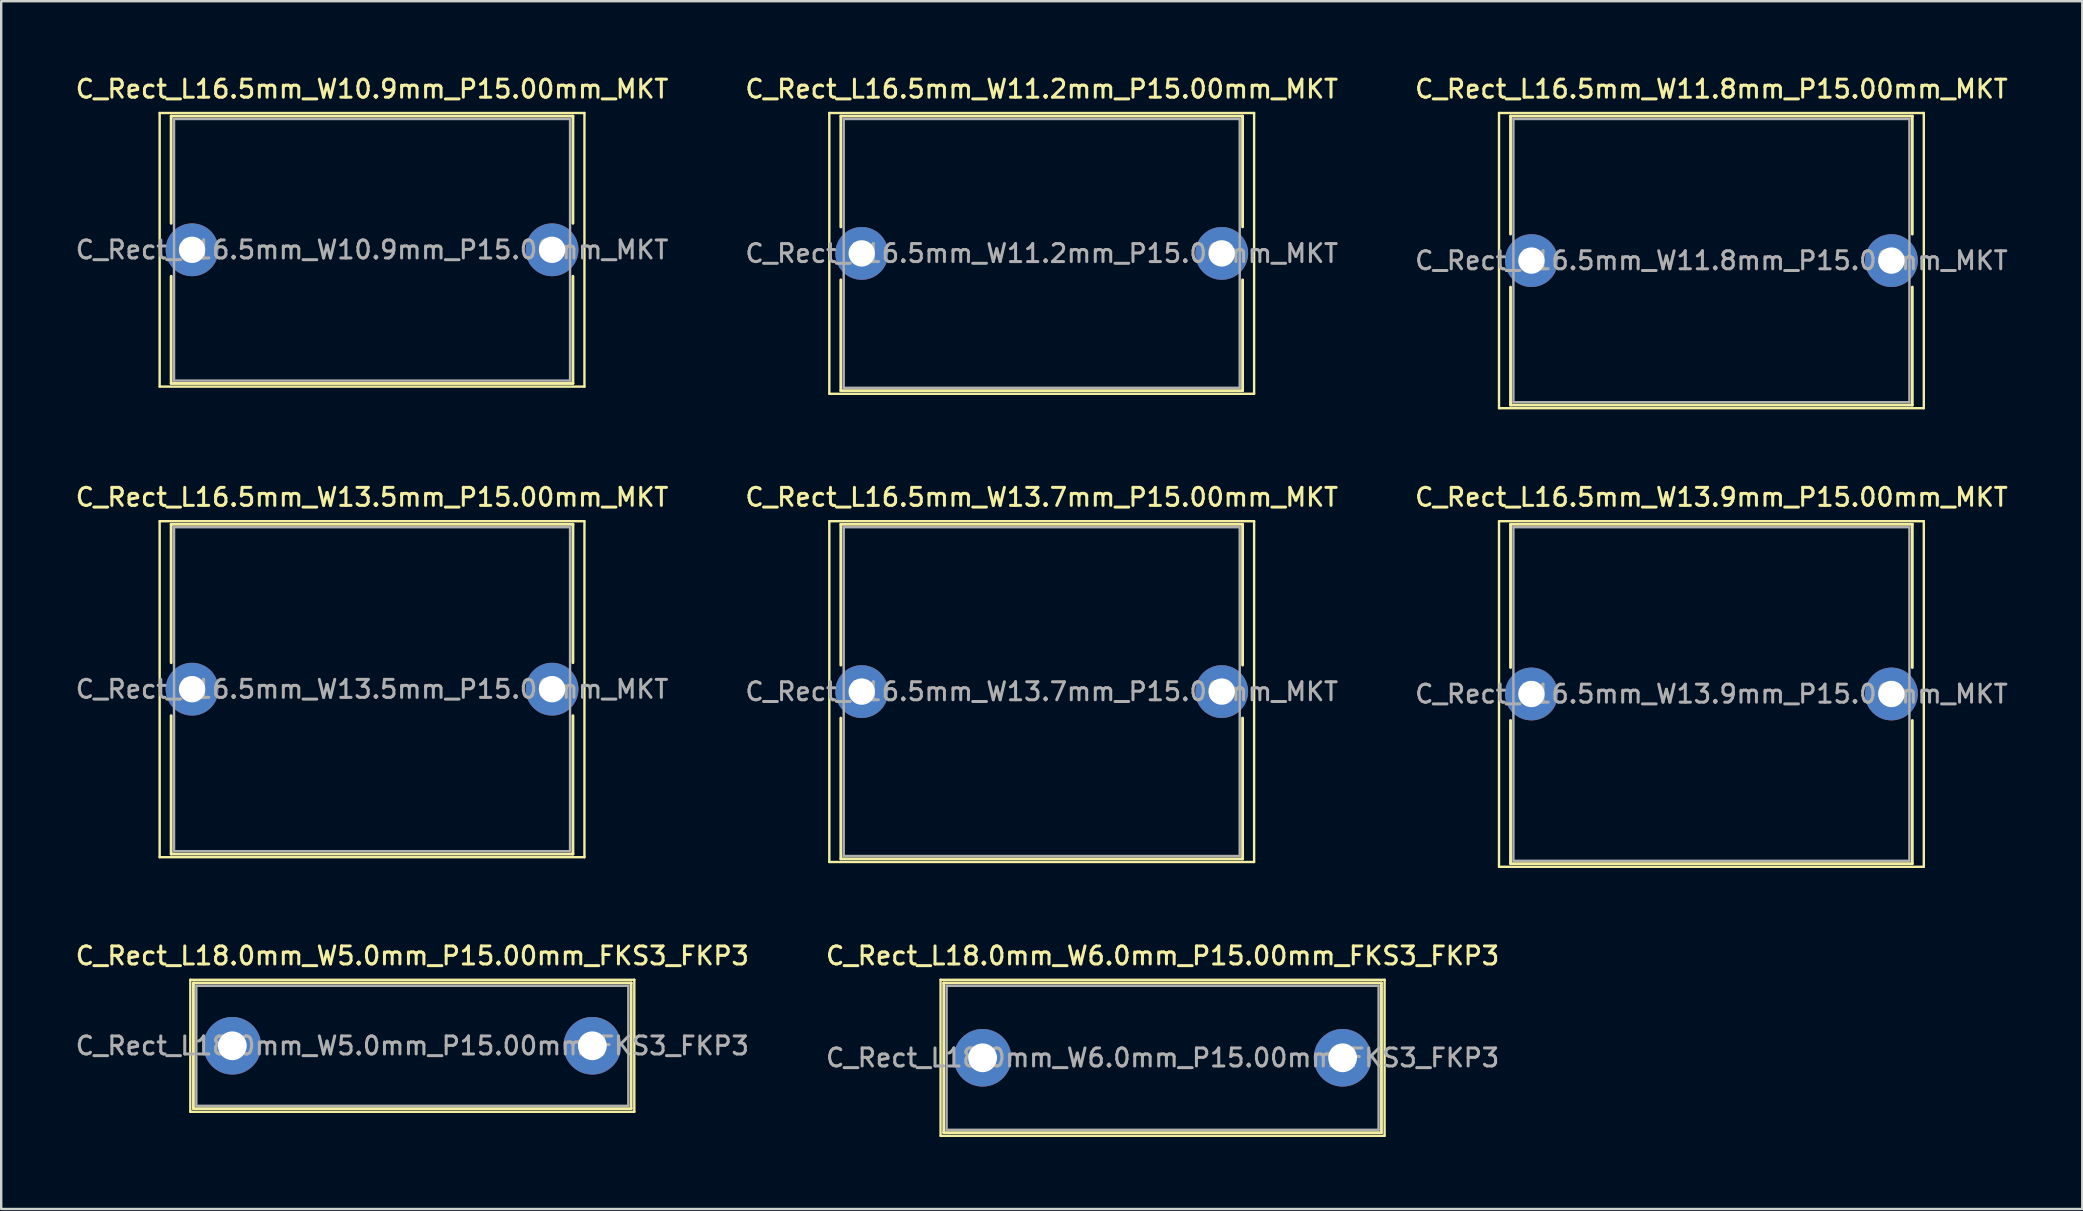
<source format=kicad_pcb>
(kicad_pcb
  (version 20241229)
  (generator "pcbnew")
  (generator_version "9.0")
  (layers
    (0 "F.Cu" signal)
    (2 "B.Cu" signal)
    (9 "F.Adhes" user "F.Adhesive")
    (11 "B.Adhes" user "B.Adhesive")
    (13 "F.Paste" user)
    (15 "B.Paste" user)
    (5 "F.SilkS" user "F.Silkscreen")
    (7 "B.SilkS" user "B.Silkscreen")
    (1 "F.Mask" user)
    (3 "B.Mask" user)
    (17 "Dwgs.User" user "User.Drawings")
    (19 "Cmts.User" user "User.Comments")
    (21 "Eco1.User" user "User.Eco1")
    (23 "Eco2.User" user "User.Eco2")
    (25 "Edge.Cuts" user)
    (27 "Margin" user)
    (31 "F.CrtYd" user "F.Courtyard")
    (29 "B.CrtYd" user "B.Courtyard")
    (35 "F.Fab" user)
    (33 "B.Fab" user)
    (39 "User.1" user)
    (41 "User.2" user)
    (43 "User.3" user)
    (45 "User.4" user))
  (footprint "C_Rect_L18.0mm_W6.0mm_P15.00mm_FKS3_FKP3"
    (layer "F.Cu")
    (at 37.891 41.024)
    (property "Reference" "C_Rect_L18.0mm_W6.0mm_P15.00mm_FKS3_FKP3" (at 7.5 -4.25 0) (layer "F.SilkS") (effects (font (size 0.75 0.75) (thickness 0.125))))
    (attr through_hole)
    (fp_line (start -1.75 -3.25) (end -1.75 3.25) (stroke (width 0.1) (type solid)) (layer "F.SilkS"))
    (fp_line (start -1.75 3.25) (end 16.75 3.25) (stroke (width 0.1) (type solid)) (layer "F.SilkS"))
    (fp_line (start -1.62 -3.12) (end -1.62 3.12) (stroke (width 0.12) (type solid)) (layer "F.SilkS"))
    (fp_line (start -1.62 -3.12) (end 16.62 -3.12) (stroke (width 0.12) (type solid)) (layer "F.SilkS"))
    (fp_line (start -1.62 3.12) (end 16.62 3.12) (stroke (width 0.12) (type solid)) (layer "F.SilkS"))
    (fp_line (start 16.62 -3.12) (end 16.62 3.12) (stroke (width 0.12) (type solid)) (layer "F.SilkS"))
    (fp_line (start 16.75 -3.25) (end -1.75 -3.25) (stroke (width 0.1) (type solid)) (layer "F.SilkS"))
    (fp_line (start 16.75 3.25) (end 16.75 -3.25) (stroke (width 0.1) (type solid)) (layer "F.SilkS"))
    (fp_line (start -1.5 -3) (end -1.5 3) (stroke (width 0.1) (type solid)) (layer "F.Fab"))
    (fp_line (start -1.5 3) (end 16.5 3) (stroke (width 0.1) (type solid)) (layer "F.Fab"))
    (fp_line (start 16.5 -3) (end -1.5 -3) (stroke (width 0.1) (type solid)) (layer "F.Fab"))
    (fp_line (start 16.5 3) (end 16.5 -3) (stroke (width 0.1) (type solid)) (layer "F.Fab"))
    (fp_text user "${REFERENCE}" (at 7.5 0 0) (layer "F.Fab") (effects (font (size 0.75 0.75) (thickness 0.125))))
    (pad "1" thru_hole circle (at 0 0) (size 2.4 2.4) (drill 1.2) (layers "*.Cu" "*.Mask"))
    (pad "2" thru_hole circle (at 15 0) (size 2.4 2.4) (drill 1.2) (layers "*.Cu" "*.Mask")))
  (footprint "C_Rect_L16.5mm_W10.9mm_P15.00mm_MKT"
    (layer "F.Cu")
    (at 4.952 7.358)
    (property "Reference" "C_Rect_L16.5mm_W10.9mm_P15.00mm_MKT" (at 7.5 -6.7 0) (layer "F.SilkS") (effects (font (size 0.75 0.75) (thickness 0.125))))
    (attr through_hole)
    (fp_line (start -1.35 -5.7) (end -1.35 5.7) (stroke (width 0.1) (type solid)) (layer "F.SilkS"))
    (fp_line (start -1.35 5.7) (end 16.35 5.7) (stroke (width 0.1) (type solid)) (layer "F.SilkS"))
    (fp_line (start -0.87 -5.57) (end -0.87 -1.104) (stroke (width 0.12) (type solid)) (layer "F.SilkS"))
    (fp_line (start -0.87 -5.57) (end 15.87 -5.57) (stroke (width 0.12) (type solid)) (layer "F.SilkS"))
    (fp_line (start -0.87 1.104) (end -0.87 5.57) (stroke (width 0.12) (type solid)) (layer "F.SilkS"))
    (fp_line (start -0.87 5.57) (end 15.87 5.57) (stroke (width 0.12) (type solid)) (layer "F.SilkS"))
    (fp_line (start 15.87 -5.57) (end 15.87 -1.104) (stroke (width 0.12) (type solid)) (layer "F.SilkS"))
    (fp_line (start 15.87 1.104) (end 15.87 5.57) (stroke (width 0.12) (type solid)) (layer "F.SilkS"))
    (fp_line (start 16.35 -5.7) (end -1.35 -5.7) (stroke (width 0.1) (type solid)) (layer "F.SilkS"))
    (fp_line (start 16.35 5.7) (end 16.35 -5.7) (stroke (width 0.1) (type solid)) (layer "F.SilkS"))
    (fp_line (start -0.75 -5.45) (end -0.75 5.45) (stroke (width 0.1) (type solid)) (layer "F.Fab"))
    (fp_line (start -0.75 5.45) (end 15.75 5.45) (stroke (width 0.1) (type solid)) (layer "F.Fab"))
    (fp_line (start 15.75 -5.45) (end -0.75 -5.45) (stroke (width 0.1) (type solid)) (layer "F.Fab"))
    (fp_line (start 15.75 5.45) (end 15.75 -5.45) (stroke (width 0.1) (type solid)) (layer "F.Fab"))
    (fp_text user "${REFERENCE}" (at 7.5 0 0) (layer "F.Fab") (effects (font (size 0.75 0.75) (thickness 0.125))))
    (pad "1" thru_hole circle (at 0 0) (size 2.2 2.2) (drill 1.1) (layers "*.Cu" "*.Mask"))
    (pad "2" thru_hole circle (at 15 0) (size 2.2 2.2) (drill 1.1) (layers "*.Cu" "*.Mask")))
  (footprint "C_Rect_L16.5mm_W13.7mm_P15.00mm_MKT"
    (layer "F.Cu")
    (at 32.855 25.766)
    (property "Reference" "C_Rect_L16.5mm_W13.7mm_P15.00mm_MKT" (at 7.5 -8.1 0) (layer "F.SilkS") (effects (font (size 0.75 0.75) (thickness 0.125))))
    (attr through_hole)
    (fp_line (start -1.35 -7.1) (end -1.35 7.1) (stroke (width 0.1) (type solid)) (layer "F.SilkS"))
    (fp_line (start -1.35 7.1) (end 16.35 7.1) (stroke (width 0.1) (type solid)) (layer "F.SilkS"))
    (fp_line (start -0.87 -6.97) (end -0.87 -1.104) (stroke (width 0.12) (type solid)) (layer "F.SilkS"))
    (fp_line (start -0.87 -6.97) (end 15.87 -6.97) (stroke (width 0.12) (type solid)) (layer "F.SilkS"))
    (fp_line (start -0.87 1.104) (end -0.87 6.97) (stroke (width 0.12) (type solid)) (layer "F.SilkS"))
    (fp_line (start -0.87 6.97) (end 15.87 6.97) (stroke (width 0.12) (type solid)) (layer "F.SilkS"))
    (fp_line (start 15.87 -6.97) (end 15.87 -1.104) (stroke (width 0.12) (type solid)) (layer "F.SilkS"))
    (fp_line (start 15.87 1.104) (end 15.87 6.97) (stroke (width 0.12) (type solid)) (layer "F.SilkS"))
    (fp_line (start 16.35 -7.1) (end -1.35 -7.1) (stroke (width 0.1) (type solid)) (layer "F.SilkS"))
    (fp_line (start 16.35 7.1) (end 16.35 -7.1) (stroke (width 0.1) (type solid)) (layer "F.SilkS"))
    (fp_line (start -0.75 -6.85) (end -0.75 6.85) (stroke (width 0.1) (type solid)) (layer "F.Fab"))
    (fp_line (start -0.75 6.85) (end 15.75 6.85) (stroke (width 0.1) (type solid)) (layer "F.Fab"))
    (fp_line (start 15.75 -6.85) (end -0.75 -6.85) (stroke (width 0.1) (type solid)) (layer "F.Fab"))
    (fp_line (start 15.75 6.85) (end 15.75 -6.85) (stroke (width 0.1) (type solid)) (layer "F.Fab"))
    (fp_text user "${REFERENCE}" (at 7.5 0 0) (layer "F.Fab") (effects (font (size 0.75 0.75) (thickness 0.125))))
    (pad "1" thru_hole circle (at 0 0) (size 2.2 2.2) (drill 1.1) (layers "*.Cu" "*.Mask"))
    (pad "2" thru_hole circle (at 15 0) (size 2.2 2.2) (drill 1.1) (layers "*.Cu" "*.Mask")))
  (footprint "C_Rect_L16.5mm_W11.8mm_P15.00mm_MKT"
    (layer "F.Cu")
    (at 60.759 7.808)
    (property "Reference" "C_Rect_L16.5mm_W11.8mm_P15.00mm_MKT" (at 7.5 -7.15 0) (layer "F.SilkS") (effects (font (size 0.75 0.75) (thickness 0.125))))
    (attr through_hole)
    (fp_line (start -1.35 -6.15) (end -1.35 6.15) (stroke (width 0.1) (type solid)) (layer "F.SilkS"))
    (fp_line (start -1.35 6.15) (end 16.35 6.15) (stroke (width 0.1) (type solid)) (layer "F.SilkS"))
    (fp_line (start -0.87 -6.02) (end -0.87 -1.104) (stroke (width 0.12) (type solid)) (layer "F.SilkS"))
    (fp_line (start -0.87 -6.02) (end 15.87 -6.02) (stroke (width 0.12) (type solid)) (layer "F.SilkS"))
    (fp_line (start -0.87 1.104) (end -0.87 6.02) (stroke (width 0.12) (type solid)) (layer "F.SilkS"))
    (fp_line (start -0.87 6.02) (end 15.87 6.02) (stroke (width 0.12) (type solid)) (layer "F.SilkS"))
    (fp_line (start 15.87 -6.02) (end 15.87 -1.104) (stroke (width 0.12) (type solid)) (layer "F.SilkS"))
    (fp_line (start 15.87 1.104) (end 15.87 6.02) (stroke (width 0.12) (type solid)) (layer "F.SilkS"))
    (fp_line (start 16.35 -6.15) (end -1.35 -6.15) (stroke (width 0.1) (type solid)) (layer "F.SilkS"))
    (fp_line (start 16.35 6.15) (end 16.35 -6.15) (stroke (width 0.1) (type solid)) (layer "F.SilkS"))
    (fp_line (start -0.75 -5.9) (end -0.75 5.9) (stroke (width 0.1) (type solid)) (layer "F.Fab"))
    (fp_line (start -0.75 5.9) (end 15.75 5.9) (stroke (width 0.1) (type solid)) (layer "F.Fab"))
    (fp_line (start 15.75 -5.9) (end -0.75 -5.9) (stroke (width 0.1) (type solid)) (layer "F.Fab"))
    (fp_line (start 15.75 5.9) (end 15.75 -5.9) (stroke (width 0.1) (type solid)) (layer "F.Fab"))
    (fp_text user "${REFERENCE}" (at 7.5 0 0) (layer "F.Fab") (effects (font (size 0.75 0.75) (thickness 0.125))))
    (pad "1" thru_hole circle (at 0 0) (size 2.2 2.2) (drill 1.1) (layers "*.Cu" "*.Mask"))
    (pad "2" thru_hole circle (at 15 0) (size 2.2 2.2) (drill 1.1) (layers "*.Cu" "*.Mask")))
  (footprint "C_Rect_L16.5mm_W13.9mm_P15.00mm_MKT"
    (layer "F.Cu")
    (at 60.759 25.866)
    (property "Reference" "C_Rect_L16.5mm_W13.9mm_P15.00mm_MKT" (at 7.5 -8.2 0) (layer "F.SilkS") (effects (font (size 0.75 0.75) (thickness 0.125))))
    (attr through_hole)
    (fp_line (start -1.35 -7.2) (end -1.35 7.2) (stroke (width 0.1) (type solid)) (layer "F.SilkS"))
    (fp_line (start -1.35 7.2) (end 16.35 7.2) (stroke (width 0.1) (type solid)) (layer "F.SilkS"))
    (fp_line (start -0.87 -7.07) (end -0.87 -1.104) (stroke (width 0.12) (type solid)) (layer "F.SilkS"))
    (fp_line (start -0.87 -7.07) (end 15.87 -7.07) (stroke (width 0.12) (type solid)) (layer "F.SilkS"))
    (fp_line (start -0.87 1.104) (end -0.87 7.07) (stroke (width 0.12) (type solid)) (layer "F.SilkS"))
    (fp_line (start -0.87 7.07) (end 15.87 7.07) (stroke (width 0.12) (type solid)) (layer "F.SilkS"))
    (fp_line (start 15.87 -7.07) (end 15.87 -1.104) (stroke (width 0.12) (type solid)) (layer "F.SilkS"))
    (fp_line (start 15.87 1.104) (end 15.87 7.07) (stroke (width 0.12) (type solid)) (layer "F.SilkS"))
    (fp_line (start 16.35 -7.2) (end -1.35 -7.2) (stroke (width 0.1) (type solid)) (layer "F.SilkS"))
    (fp_line (start 16.35 7.2) (end 16.35 -7.2) (stroke (width 0.1) (type solid)) (layer "F.SilkS"))
    (fp_line (start -0.75 -6.95) (end -0.75 6.95) (stroke (width 0.1) (type solid)) (layer "F.Fab"))
    (fp_line (start -0.75 6.95) (end 15.75 6.95) (stroke (width 0.1) (type solid)) (layer "F.Fab"))
    (fp_line (start 15.75 -6.95) (end -0.75 -6.95) (stroke (width 0.1) (type solid)) (layer "F.Fab"))
    (fp_line (start 15.75 6.95) (end 15.75 -6.95) (stroke (width 0.1) (type solid)) (layer "F.Fab"))
    (fp_text user "${REFERENCE}" (at 7.5 0 0) (layer "F.Fab") (effects (font (size 0.75 0.75) (thickness 0.125))))
    (pad "1" thru_hole circle (at 0 0) (size 2.2 2.2) (drill 1.1) (layers "*.Cu" "*.Mask"))
    (pad "2" thru_hole circle (at 15 0) (size 2.2 2.2) (drill 1.1) (layers "*.Cu" "*.Mask")))
  (footprint "C_Rect_L18.0mm_W5.0mm_P15.00mm_FKS3_FKP3"
    (layer "F.Cu")
    (at 6.63 40.524)
    (property "Reference" "C_Rect_L18.0mm_W5.0mm_P15.00mm_FKS3_FKP3" (at 7.5 -3.75 0) (layer "F.SilkS") (effects (font (size 0.75 0.75) (thickness 0.125))))
    (attr through_hole)
    (fp_line (start -1.75 -2.75) (end -1.75 2.75) (stroke (width 0.1) (type solid)) (layer "F.SilkS"))
    (fp_line (start -1.75 2.75) (end 16.75 2.75) (stroke (width 0.1) (type solid)) (layer "F.SilkS"))
    (fp_line (start -1.62 -2.62) (end -1.62 2.62) (stroke (width 0.12) (type solid)) (layer "F.SilkS"))
    (fp_line (start -1.62 -2.62) (end 16.62 -2.62) (stroke (width 0.12) (type solid)) (layer "F.SilkS"))
    (fp_line (start -1.62 2.62) (end 16.62 2.62) (stroke (width 0.12) (type solid)) (layer "F.SilkS"))
    (fp_line (start 16.62 -2.62) (end 16.62 2.62) (stroke (width 0.12) (type solid)) (layer "F.SilkS"))
    (fp_line (start 16.75 -2.75) (end -1.75 -2.75) (stroke (width 0.1) (type solid)) (layer "F.SilkS"))
    (fp_line (start 16.75 2.75) (end 16.75 -2.75) (stroke (width 0.1) (type solid)) (layer "F.SilkS"))
    (fp_line (start -1.5 -2.5) (end -1.5 2.5) (stroke (width 0.1) (type solid)) (layer "F.Fab"))
    (fp_line (start -1.5 2.5) (end 16.5 2.5) (stroke (width 0.1) (type solid)) (layer "F.Fab"))
    (fp_line (start 16.5 -2.5) (end -1.5 -2.5) (stroke (width 0.1) (type solid)) (layer "F.Fab"))
    (fp_line (start 16.5 2.5) (end 16.5 -2.5) (stroke (width 0.1) (type solid)) (layer "F.Fab"))
    (fp_text user "${REFERENCE}" (at 7.5 0 0) (layer "F.Fab") (effects (font (size 0.75 0.75) (thickness 0.125))))
    (pad "1" thru_hole circle (at 0 0) (size 2.4 2.4) (drill 1.2) (layers "*.Cu" "*.Mask"))
    (pad "2" thru_hole circle (at 15 0) (size 2.4 2.4) (drill 1.2) (layers "*.Cu" "*.Mask")))
  (footprint "C_Rect_L16.5mm_W13.5mm_P15.00mm_MKT"
    (layer "F.Cu")
    (at 4.952 25.666)
    (property "Reference" "C_Rect_L16.5mm_W13.5mm_P15.00mm_MKT" (at 7.5 -8 0) (layer "F.SilkS") (effects (font (size 0.75 0.75) (thickness 0.125))))
    (attr through_hole)
    (fp_line (start -1.35 -7) (end -1.35 7) (stroke (width 0.1) (type solid)) (layer "F.SilkS"))
    (fp_line (start -1.35 7) (end 16.35 7) (stroke (width 0.1) (type solid)) (layer "F.SilkS"))
    (fp_line (start -0.87 -6.87) (end -0.87 -1.104) (stroke (width 0.12) (type solid)) (layer "F.SilkS"))
    (fp_line (start -0.87 -6.87) (end 15.87 -6.87) (stroke (width 0.12) (type solid)) (layer "F.SilkS"))
    (fp_line (start -0.87 1.104) (end -0.87 6.87) (stroke (width 0.12) (type solid)) (layer "F.SilkS"))
    (fp_line (start -0.87 6.87) (end 15.87 6.87) (stroke (width 0.12) (type solid)) (layer "F.SilkS"))
    (fp_line (start 15.87 -6.87) (end 15.87 -1.104) (stroke (width 0.12) (type solid)) (layer "F.SilkS"))
    (fp_line (start 15.87 1.104) (end 15.87 6.87) (stroke (width 0.12) (type solid)) (layer "F.SilkS"))
    (fp_line (start 16.35 -7) (end -1.35 -7) (stroke (width 0.1) (type solid)) (layer "F.SilkS"))
    (fp_line (start 16.35 7) (end 16.35 -7) (stroke (width 0.1) (type solid)) (layer "F.SilkS"))
    (fp_line (start -0.75 -6.75) (end -0.75 6.75) (stroke (width 0.1) (type solid)) (layer "F.Fab"))
    (fp_line (start -0.75 6.75) (end 15.75 6.75) (stroke (width 0.1) (type solid)) (layer "F.Fab"))
    (fp_line (start 15.75 -6.75) (end -0.75 -6.75) (stroke (width 0.1) (type solid)) (layer "F.Fab"))
    (fp_line (start 15.75 6.75) (end 15.75 -6.75) (stroke (width 0.1) (type solid)) (layer "F.Fab"))
    (fp_text user "${REFERENCE}" (at 7.5 0 0) (layer "F.Fab") (effects (font (size 0.75 0.75) (thickness 0.125))))
    (pad "1" thru_hole circle (at 0 0) (size 2.2 2.2) (drill 1.1) (layers "*.Cu" "*.Mask"))
    (pad "2" thru_hole circle (at 15 0) (size 2.2 2.2) (drill 1.1) (layers "*.Cu" "*.Mask")))
  (footprint "C_Rect_L16.5mm_W11.2mm_P15.00mm_MKT"
    (layer "F.Cu")
    (at 32.855 7.508)
    (property "Reference" "C_Rect_L16.5mm_W11.2mm_P15.00mm_MKT" (at 7.5 -6.85 0) (layer "F.SilkS") (effects (font (size 0.75 0.75) (thickness 0.125))))
    (attr through_hole)
    (fp_line (start -1.35 -5.85) (end -1.35 5.85) (stroke (width 0.1) (type solid)) (layer "F.SilkS"))
    (fp_line (start -1.35 5.85) (end 16.35 5.85) (stroke (width 0.1) (type solid)) (layer "F.SilkS"))
    (fp_line (start -0.87 -5.72) (end -0.87 -1.104) (stroke (width 0.12) (type solid)) (layer "F.SilkS"))
    (fp_line (start -0.87 -5.72) (end 15.87 -5.72) (stroke (width 0.12) (type solid)) (layer "F.SilkS"))
    (fp_line (start -0.87 1.104) (end -0.87 5.72) (stroke (width 0.12) (type solid)) (layer "F.SilkS"))
    (fp_line (start -0.87 5.72) (end 15.87 5.72) (stroke (width 0.12) (type solid)) (layer "F.SilkS"))
    (fp_line (start 15.87 -5.72) (end 15.87 -1.104) (stroke (width 0.12) (type solid)) (layer "F.SilkS"))
    (fp_line (start 15.87 1.104) (end 15.87 5.72) (stroke (width 0.12) (type solid)) (layer "F.SilkS"))
    (fp_line (start 16.35 -5.85) (end -1.35 -5.85) (stroke (width 0.1) (type solid)) (layer "F.SilkS"))
    (fp_line (start 16.35 5.85) (end 16.35 -5.85) (stroke (width 0.1) (type solid)) (layer "F.SilkS"))
    (fp_line (start -0.75 -5.6) (end -0.75 5.6) (stroke (width 0.1) (type solid)) (layer "F.Fab"))
    (fp_line (start -0.75 5.6) (end 15.75 5.6) (stroke (width 0.1) (type solid)) (layer "F.Fab"))
    (fp_line (start 15.75 -5.6) (end -0.75 -5.6) (stroke (width 0.1) (type solid)) (layer "F.Fab"))
    (fp_line (start 15.75 5.6) (end 15.75 -5.6) (stroke (width 0.1) (type solid)) (layer "F.Fab"))
    (fp_text user "${REFERENCE}" (at 7.5 0 0) (layer "F.Fab") (effects (font (size 0.75 0.75) (thickness 0.125))))
    (pad "1" thru_hole circle (at 0 0) (size 2.2 2.2) (drill 1.1) (layers "*.Cu" "*.Mask"))
    (pad "2" thru_hole circle (at 15 0) (size 2.2 2.2) (drill 1.1) (layers "*.Cu" "*.Mask")))
  (gr_rect
    (start -3 -3)
    (end 83.711 47.324)
    (stroke (width 0.1) (type default))
    (fill no)
    (layer "Edge.Cuts")))
</source>
